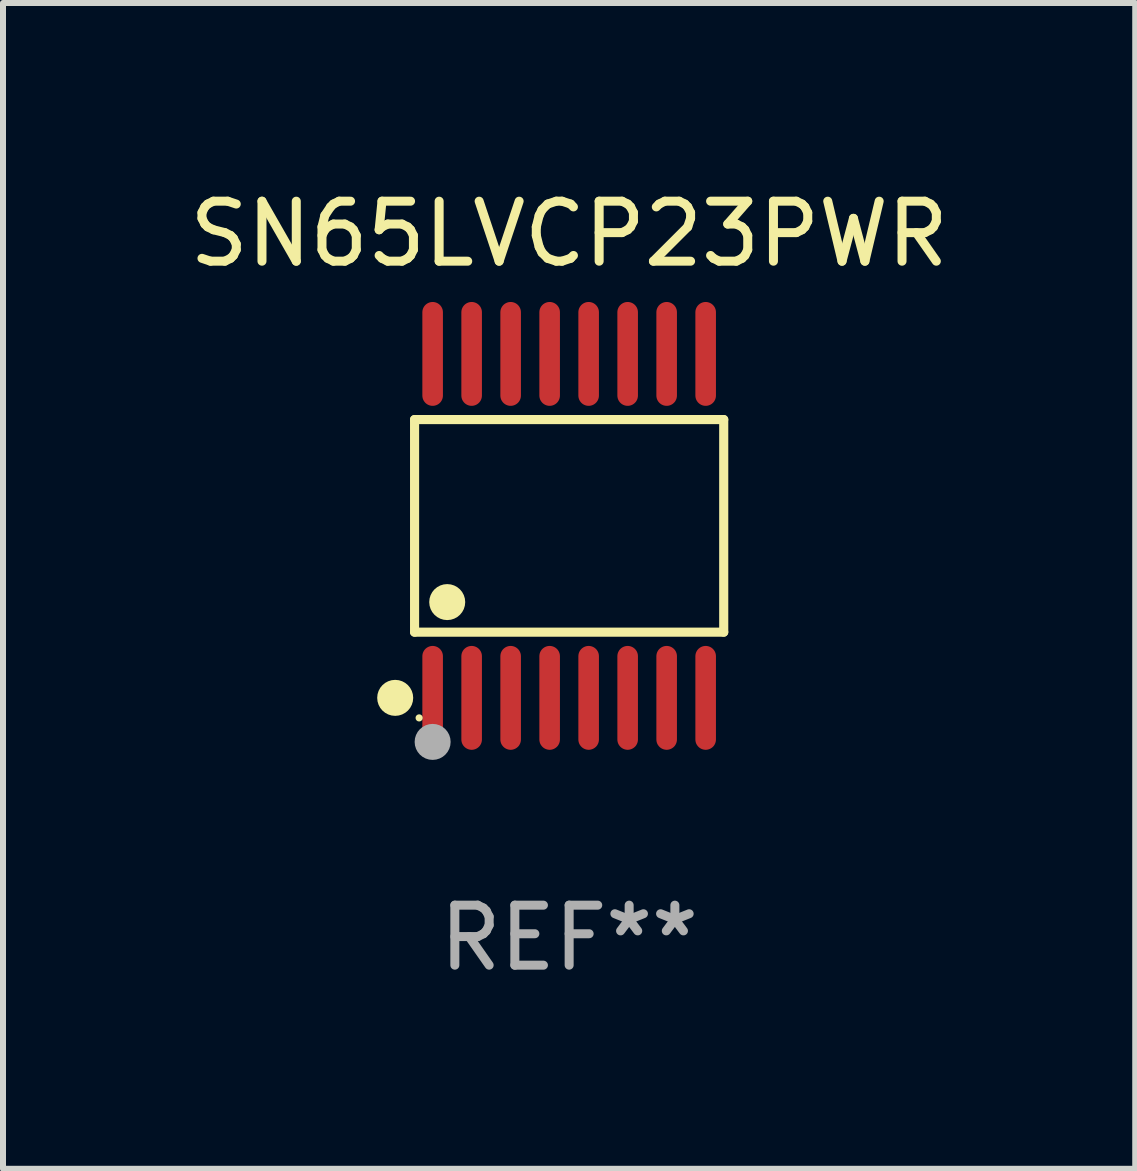
<source format=kicad_pcb>
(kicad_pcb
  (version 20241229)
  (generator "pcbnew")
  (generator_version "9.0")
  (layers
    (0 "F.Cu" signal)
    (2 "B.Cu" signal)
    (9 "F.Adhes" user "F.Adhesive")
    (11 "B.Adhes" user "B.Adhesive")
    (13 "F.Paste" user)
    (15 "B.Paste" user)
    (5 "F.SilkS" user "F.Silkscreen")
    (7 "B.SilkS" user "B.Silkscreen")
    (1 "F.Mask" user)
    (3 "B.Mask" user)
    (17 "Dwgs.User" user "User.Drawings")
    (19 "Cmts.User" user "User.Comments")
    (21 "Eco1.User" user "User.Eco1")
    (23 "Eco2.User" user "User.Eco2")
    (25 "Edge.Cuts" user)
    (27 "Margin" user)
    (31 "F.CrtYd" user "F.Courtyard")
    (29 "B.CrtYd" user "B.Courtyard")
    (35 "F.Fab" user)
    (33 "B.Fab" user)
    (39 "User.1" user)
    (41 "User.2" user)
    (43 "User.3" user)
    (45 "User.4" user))
  (footprint "SN65LVCP23PWR"
    (layer "F.Cu")
    (at 6.435 5.714)
    (property "Reference" "SN65LVCP23PWR" (at 0 -4.866 0) (layer "F.SilkS") (effects (font (size 1 1) (thickness 0.15))))
    (attr through_hole)
    (fp_line (start -2.576 -1.772) (end 2.576 -1.772) (stroke (width 0.152) (type solid)) (layer "F.SilkS"))
    (fp_line (start -2.576 1.771) (end -2.576 -1.772) (stroke (width 0.152) (type solid)) (layer "F.SilkS"))
    (fp_line (start 2.576 -1.772) (end 2.576 1.771) (stroke (width 0.152) (type solid)) (layer "F.SilkS"))
    (fp_line (start 2.576 1.771) (end -2.576 1.771) (stroke (width 0.152) (type solid)) (layer "F.SilkS"))
    (fp_circle (center -2.899 2.866) (end -2.749 2.866) (stroke (width 0.3) (type solid)) (fill no) (layer "F.SilkS"))
    (fp_circle (center -2.5 3.2) (end -2.47 3.2) (stroke (width 0.06) (type solid)) (fill no) (layer "F.SilkS"))
    (fp_circle (center -2.032 1.27) (end -1.882 1.27) (stroke (width 0.3) (type solid)) (fill no) (layer "F.SilkS"))
    (fp_circle (center -2.275 3.6) (end -2.125 3.6) (stroke (width 0.3) (type solid)) (fill no) (layer "F.Fab"))
    (fp_text user "REF**" (at 0 6.866 0) (layer "F.Fab") (effects (font (size 1 1) (thickness 0.15))))
    (pad "1" smd oval (at -2.275 2.866) (size 0.343 1.731) (layers "F.Cu" "F.Mask" "F.Paste"))
    (pad "2" smd oval (at -1.625 2.866) (size 0.343 1.731) (layers "F.Cu" "F.Mask" "F.Paste"))
    (pad "3" smd oval (at -0.975 2.866) (size 0.343 1.731) (layers "F.Cu" "F.Mask" "F.Paste"))
    (pad "4" smd oval (at -0.325 2.866) (size 0.343 1.731) (layers "F.Cu" "F.Mask" "F.Paste"))
    (pad "5" smd oval (at 0.325 2.866) (size 0.343 1.731) (layers "F.Cu" "F.Mask" "F.Paste"))
    (pad "6" smd oval (at 0.975 2.866) (size 0.343 1.731) (layers "F.Cu" "F.Mask" "F.Paste"))
    (pad "7" smd oval (at 1.625 2.866) (size 0.343 1.731) (layers "F.Cu" "F.Mask" "F.Paste"))
    (pad "8" smd oval (at 2.275 2.866) (size 0.343 1.731) (layers "F.Cu" "F.Mask" "F.Paste"))
    (pad "9" smd oval (at 2.275 -2.866) (size 0.343 1.731) (layers "F.Cu" "F.Mask" "F.Paste"))
    (pad "10" smd oval (at 1.625 -2.866) (size 0.343 1.731) (layers "F.Cu" "F.Mask" "F.Paste"))
    (pad "11" smd oval (at 0.975 -2.866) (size 0.343 1.731) (layers "F.Cu" "F.Mask" "F.Paste"))
    (pad "12" smd oval (at 0.325 -2.866) (size 0.343 1.731) (layers "F.Cu" "F.Mask" "F.Paste"))
    (pad "13" smd oval (at -0.325 -2.866) (size 0.343 1.731) (layers "F.Cu" "F.Mask" "F.Paste"))
    (pad "14" smd oval (at -0.975 -2.866) (size 0.343 1.731) (layers "F.Cu" "F.Mask" "F.Paste"))
    (pad "15" smd oval (at -1.625 -2.866) (size 0.343 1.731) (layers "F.Cu" "F.Mask" "F.Paste"))
    (pad "16" smd oval (at -2.275 -2.866) (size 0.343 1.731) (layers "F.Cu" "F.Mask" "F.Paste")))
  (gr_rect
    (start -3 -3)
    (end 15.869 16.428)
    (stroke (width 0.1) (type default))
    (fill no)
    (layer "Edge.Cuts")))
</source>
